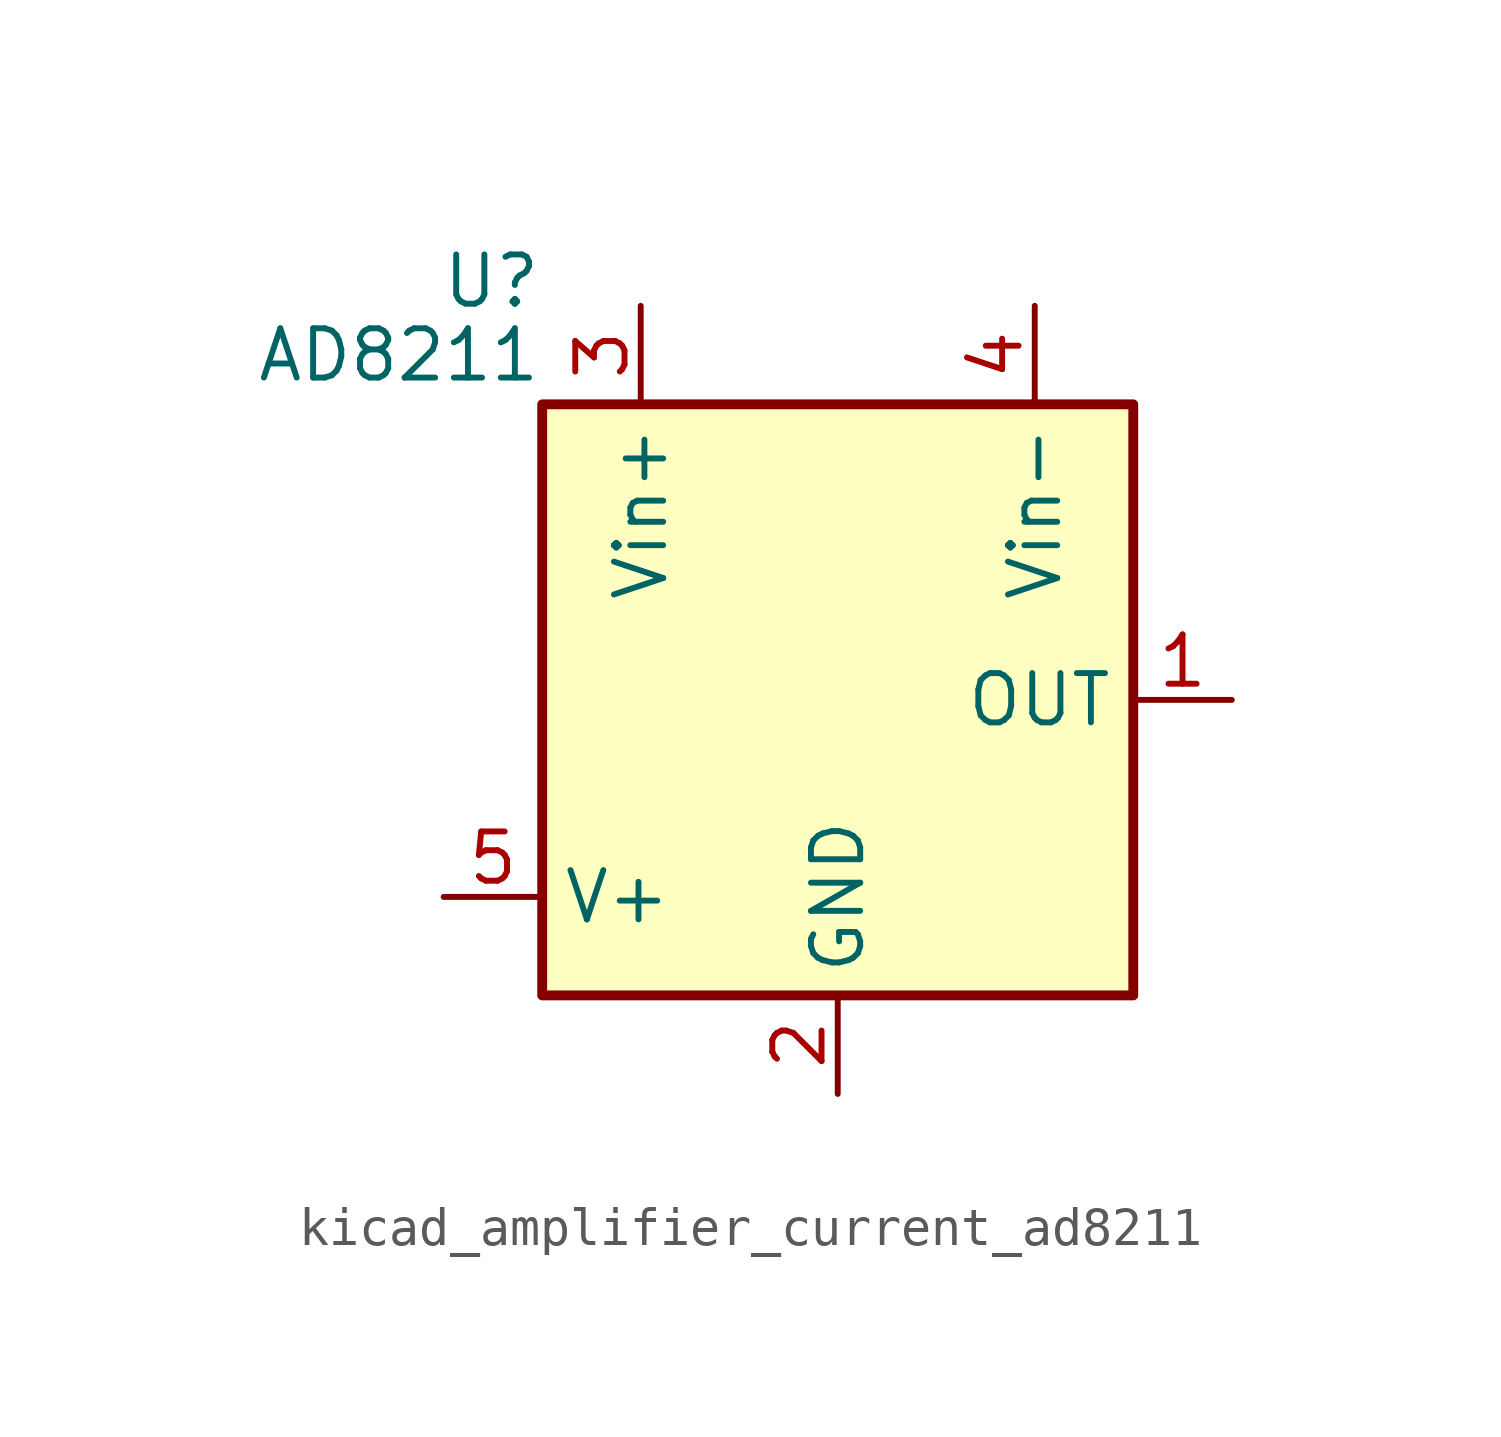
<source format=kicad_sym>
(kicad_symbol_lib
  (version 20220914)
  (generator kicad_symbol_editor)
  (symbol "kicad_amplifier_current_ad8211"
    (property "Reference" "U"
      (at -7.62 10.795 0)
      (effects (font (size 1.27 1.27)) (justify right)))
    (property "Value" "AD8211"
      (at -7.62 8.89 0)
      (effects (font (size 1.27 1.27)) (justify right)))
    (symbol "kicad_amplifier_current_ad8211_0_1"
      (rectangle (start -7.62 7.62) (end 7.62 -7.62) (stroke (width 0.254) (type default)) (fill (type background))))
    (symbol "kicad_amplifier_current_ad8211_1_1"
      (pin output line (at 10.16 0 180) (length 2.54) (name "OUT" (effects (font (size 1.27 1.27)))) (number "1" (effects (font (size 1.27 1.27)))))
      (pin power_in line (at 0 -10.16 90) (length 2.54) (name "GND" (effects (font (size 1.27 1.27)))) (number "2" (effects (font (size 1.27 1.27)))))
      (pin input line (at -5.08 10.16 270) (length 2.54) (name "Vin+" (effects (font (size 1.27 1.27)))) (number "3" (effects (font (size 1.27 1.27)))))
      (pin input line (at 5.08 10.16 270) (length 2.54) (name "Vin-" (effects (font (size 1.27 1.27)))) (number "4" (effects (font (size 1.27 1.27)))))
      (pin power_in line (at -10.16 -5.08 0) (length 2.54) (name "V+" (effects (font (size 1.27 1.27)))) (number "5" (effects (font (size 1.27 1.27))))))))
</source>
